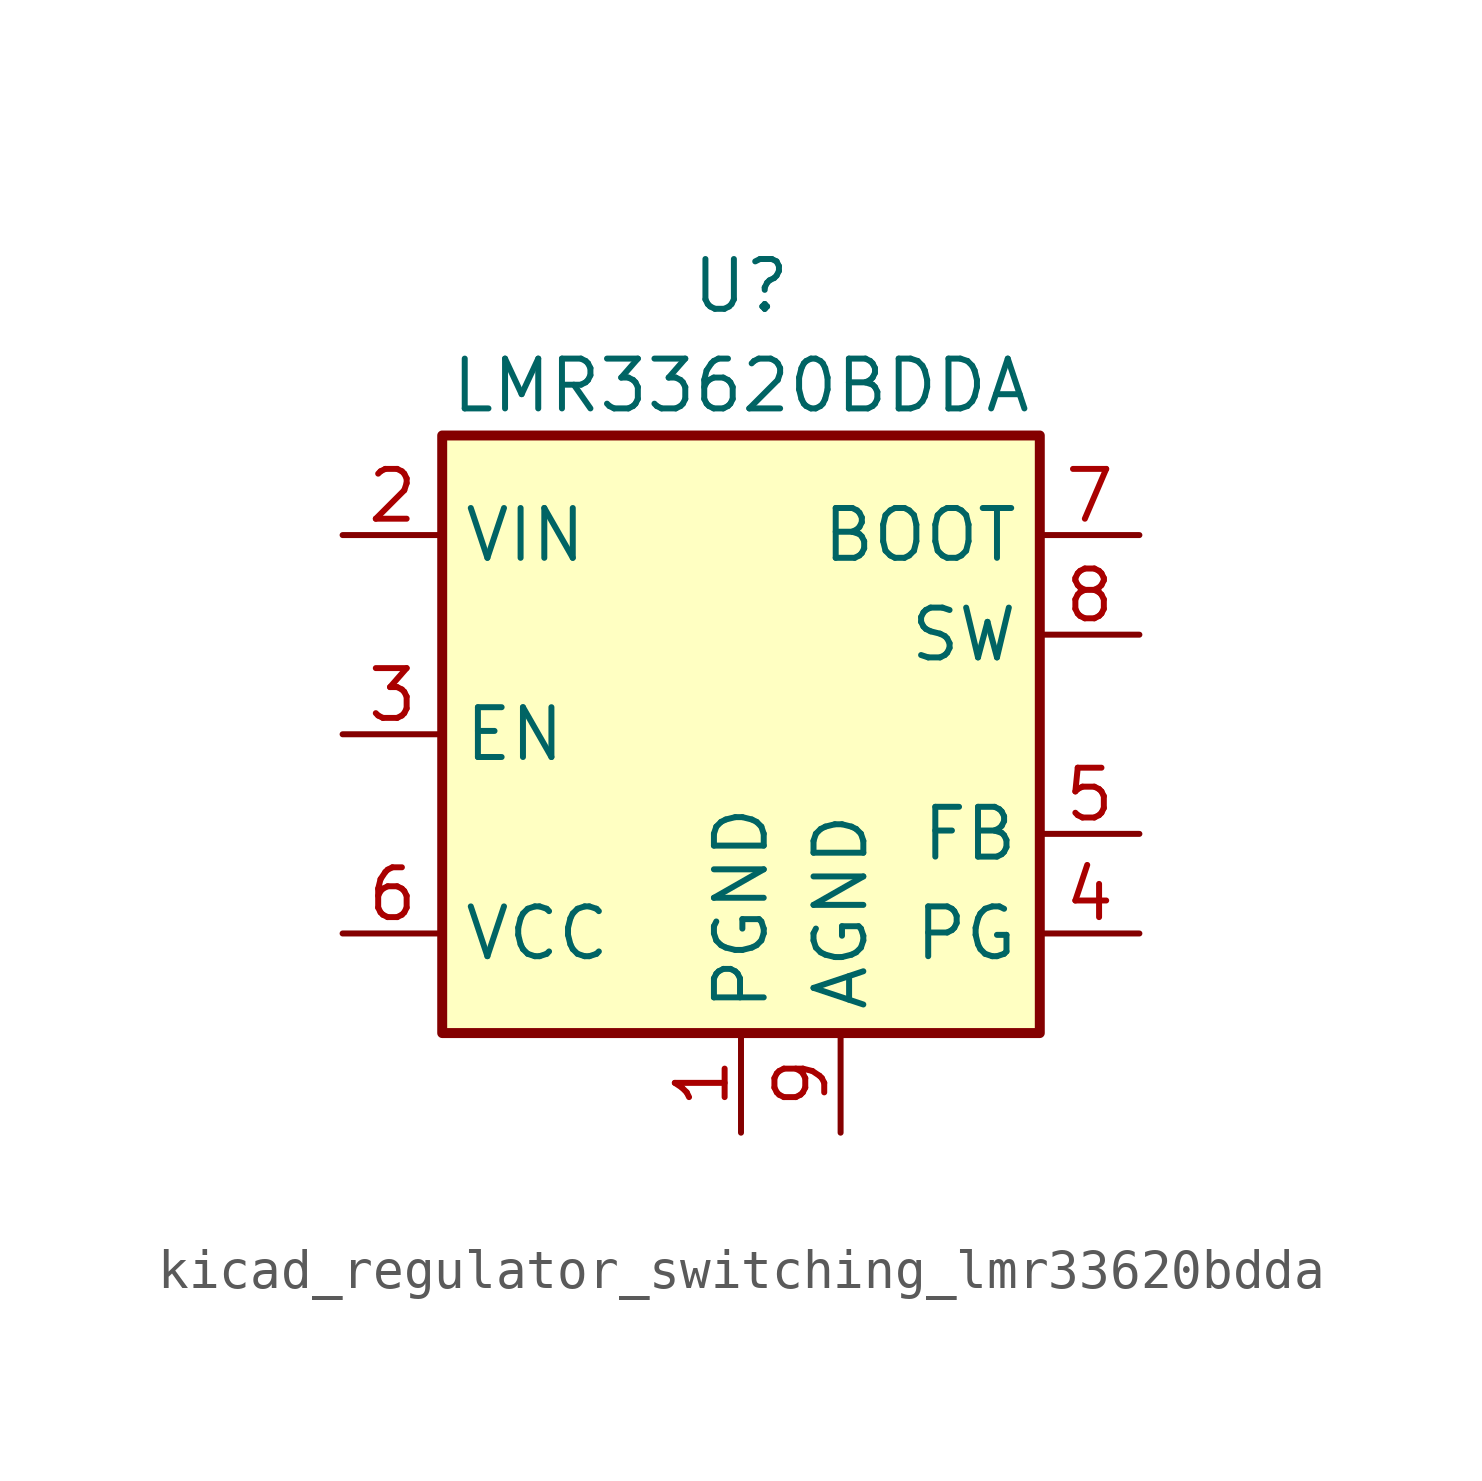
<source format=kicad_sym>
(kicad_symbol_lib
  (version 20220914)
  (generator kicad_symbol_editor)
  (symbol "kicad_regulator_switching_lmr33620bdda"
    (property "Reference" "U"
      (at 0 11.43 0)
      (effects (font (size 1.27 1.27))))
    (property "Value" "LMR33620BDDA"
      (at 0 8.89 0)
      (effects (font (size 1.27 1.27))))
    (symbol "kicad_regulator_switching_lmr33620bdda_0_1"
      (rectangle (start -7.62 7.62) (end 7.62 -7.62) (stroke (width 0.254) (type default)) (fill (type background))))
    (symbol "kicad_regulator_switching_lmr33620bdda_1_1"
      (pin power_in line (at 0 -10.16 90) (length 2.54) (name "PGND" (effects (font (size 1.27 1.27)))) (number "1" (effects (font (size 1.27 1.27)))))
      (pin power_in line (at -10.16 5.08 0) (length 2.54) (name "VIN" (effects (font (size 1.27 1.27)))) (number "2" (effects (font (size 1.27 1.27)))))
      (pin input line (at -10.16 0 0) (length 2.54) (name "EN" (effects (font (size 1.27 1.27)))) (number "3" (effects (font (size 1.27 1.27)))))
      (pin open_collector line (at 10.16 -5.08 180) (length 2.54) (name "PG" (effects (font (size 1.27 1.27)))) (number "4" (effects (font (size 1.27 1.27)))))
      (pin input line (at 10.16 -2.54 180) (length 2.54) (name "FB" (effects (font (size 1.27 1.27)))) (number "5" (effects (font (size 1.27 1.27)))))
      (pin power_out line (at -10.16 -5.08 0) (length 2.54) (name "VCC" (effects (font (size 1.27 1.27)))) (number "6" (effects (font (size 1.27 1.27)))))
      (pin input line (at 10.16 5.08 180) (length 2.54) (name "BOOT" (effects (font (size 1.27 1.27)))) (number "7" (effects (font (size 1.27 1.27)))))
      (pin output line (at 10.16 2.54 180) (length 2.54) (name "SW" (effects (font (size 1.27 1.27)))) (number "8" (effects (font (size 1.27 1.27)))))
      (pin power_in line (at 2.54 -10.16 90) (length 2.54) (name "AGND" (effects (font (size 1.27 1.27)))) (number "9" (effects (font (size 1.27 1.27))))))))
</source>
